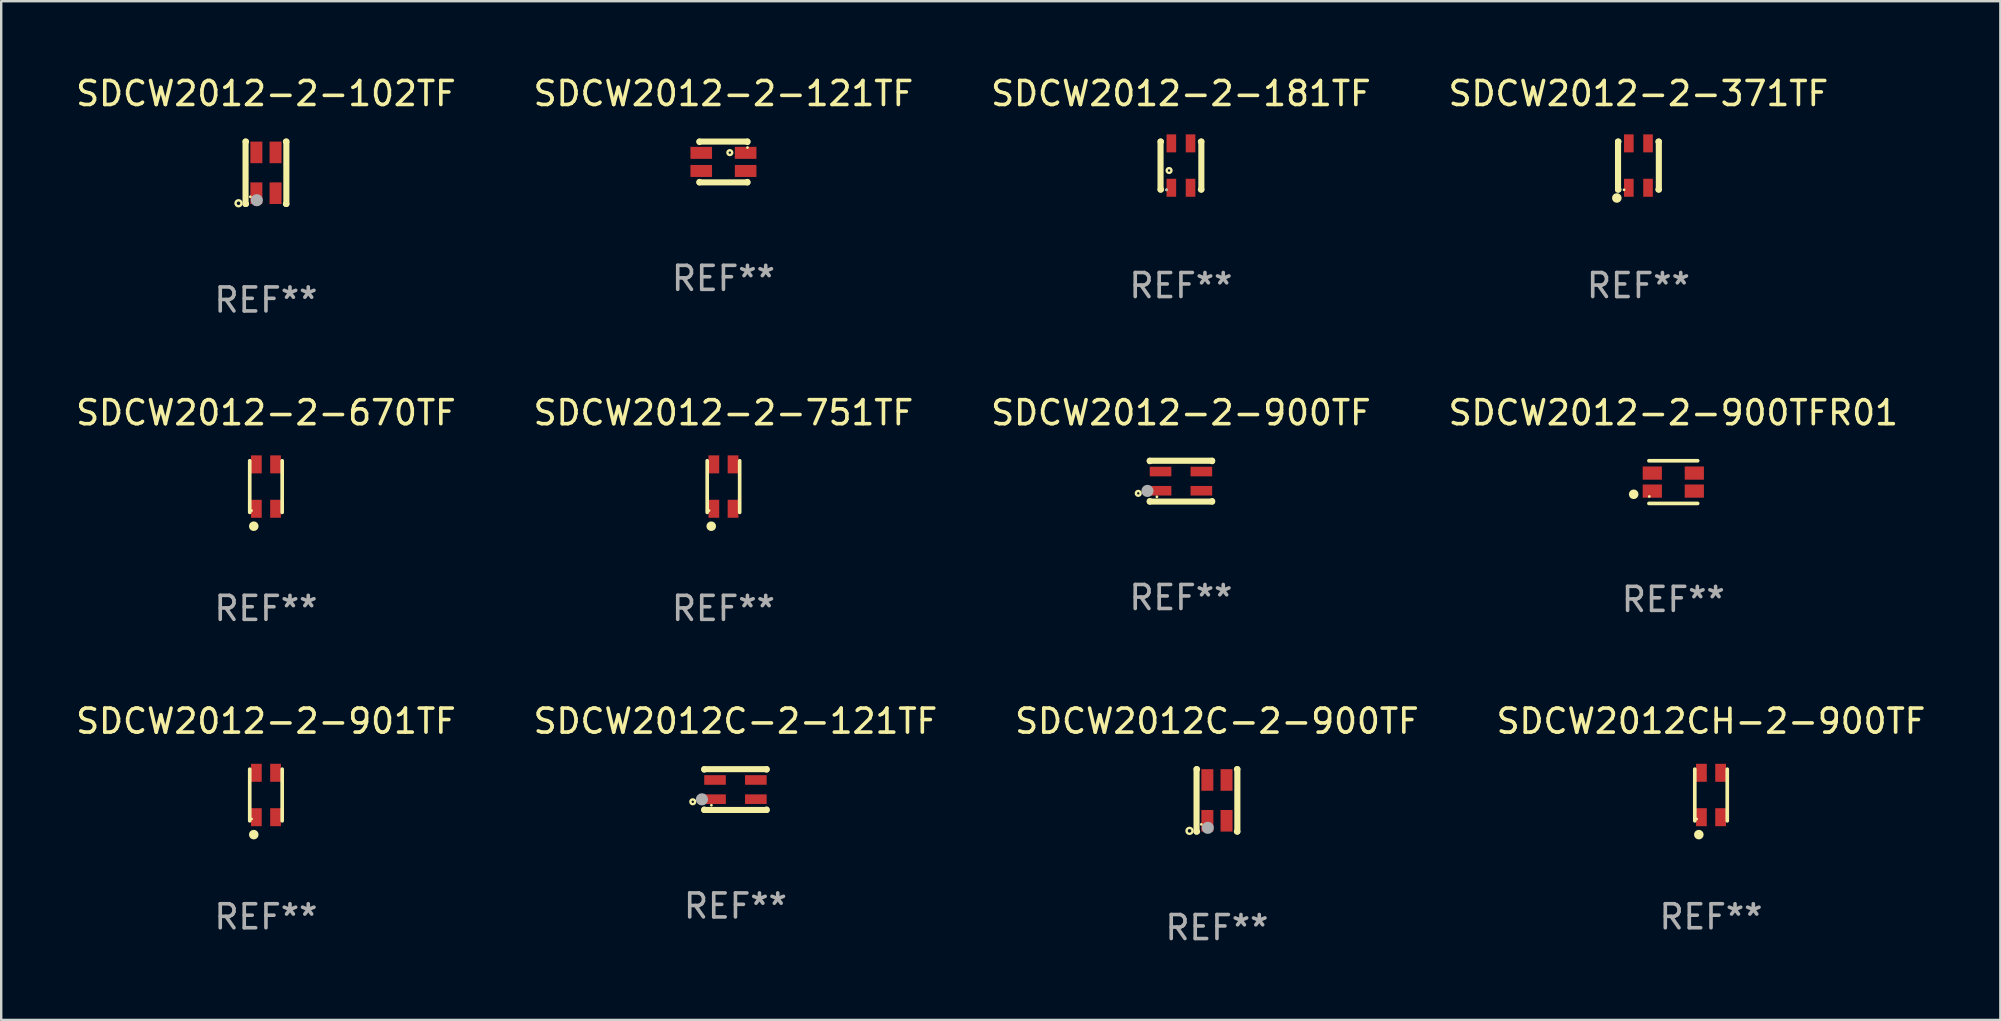
<source format=kicad_pcb>
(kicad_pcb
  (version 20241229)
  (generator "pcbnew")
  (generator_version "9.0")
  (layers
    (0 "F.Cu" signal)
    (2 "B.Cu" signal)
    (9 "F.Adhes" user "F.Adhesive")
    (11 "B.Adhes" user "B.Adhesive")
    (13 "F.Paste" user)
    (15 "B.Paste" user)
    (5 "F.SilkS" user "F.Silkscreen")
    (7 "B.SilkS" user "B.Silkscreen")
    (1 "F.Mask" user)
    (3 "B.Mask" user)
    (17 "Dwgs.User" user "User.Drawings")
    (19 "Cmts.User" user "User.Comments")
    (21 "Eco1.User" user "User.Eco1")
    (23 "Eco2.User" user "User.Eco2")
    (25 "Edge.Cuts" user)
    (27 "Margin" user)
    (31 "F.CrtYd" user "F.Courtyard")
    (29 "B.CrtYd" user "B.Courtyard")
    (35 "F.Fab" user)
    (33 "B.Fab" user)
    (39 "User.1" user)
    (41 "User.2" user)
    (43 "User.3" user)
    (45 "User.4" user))
  (footprint "SDCW2012-2-900TFR01"
    (layer "F.Cu")
    (at 66.661 17.034)
    (property "Reference" "SDCW2012-2-900TFR01" (at 0 -2.889 0) (layer "F.SilkS") (effects (font (size 1 1) (thickness 0.15))))
    (attr through_hole)
    (fp_line (start -1.016 0.889) (end 1.016 0.889) (stroke (width 0.152) (type solid)) (layer "F.SilkS"))
    (fp_line (start -1.016 -0.889) (end 1.016 -0.889) (stroke (width 0.152) (type solid)) (layer "F.SilkS"))
    (fp_circle (center -1.651 0.508) (end -1.551 0.508) (stroke (width 0.2) (type solid)) (fill no) (layer "F.SilkS"))
    (fp_circle (center -1 0.6) (end -0.97 0.6) (stroke (width 0.06) (type solid)) (fill no) (layer "F.SilkS"))
    (fp_text user "REF**" (at 0 4.889 0) (layer "F.Fab") (effects (font (size 1 1) (thickness 0.15))))
    (pad "1" smd rect (at -0.875 0.375 270) (size 0.55 0.8) (layers "F.Cu" "F.Mask" "F.Paste"))
    (pad "2" smd rect (at 0.875 0.375 270) (size 0.55 0.8) (layers "F.Cu" "F.Mask" "F.Paste"))
    (pad "3" smd rect (at 0.875 -0.375 270) (size 0.55 0.8) (layers "F.Cu" "F.Mask" "F.Paste"))
    (pad "4" smd rect (at -0.875 -0.375 270) (size 0.55 0.8) (layers "F.Cu" "F.Mask" "F.Paste")))
  (footprint "SDCW2012-2-751TF"
    (layer "F.Cu")
    (at 27.089 17.221)
    (property "Reference" "SDCW2012-2-751TF" (at 0 -3.076 0) (layer "F.SilkS") (effects (font (size 1 1) (thickness 0.15))))
    (attr through_hole)
    (fp_line (start -0.676 1.076) (end -0.676 -1.076) (stroke (width 0.152) (type solid)) (layer "F.SilkS"))
    (fp_line (start 0.676 1.076) (end 0.676 -1.076) (stroke (width 0.152) (type solid)) (layer "F.SilkS"))
    (fp_circle (center -0.6 1) (end -0.57 1) (stroke (width 0.06) (type solid)) (fill no) (layer "F.SilkS"))
    (fp_circle (center -0.508 1.651) (end -0.408 1.651) (stroke (width 0.2) (type solid)) (fill no) (layer "F.SilkS"))
    (fp_text user "REF**" (at 0 5.076 0) (layer "F.Fab") (effects (font (size 1 1) (thickness 0.15))))
    (pad "1" smd rect (at -0.4 0.925) (size 0.448 0.75) (layers "F.Cu" "F.Mask" "F.Paste"))
    (pad "2" smd rect (at 0.4 0.925) (size 0.448 0.75) (layers "F.Cu" "F.Mask" "F.Paste"))
    (pad "3" smd rect (at 0.4 -0.925) (size 0.448 0.75) (layers "F.Cu" "F.Mask" "F.Paste"))
    (pad "4" smd rect (at -0.4 -0.925) (size 0.448 0.75) (layers "F.Cu" "F.Mask" "F.Paste")))
  (footprint "SDCW2012C-2-121TF"
    (layer "F.Cu")
    (at 27.589 29.844)
    (property "Reference" "SDCW2012C-2-121TF" (at 0 -2.85 0) (layer "F.SilkS") (effects (font (size 1 1) (thickness 0.15))))
    (attr through_hole)
    (fp_line (start -1.3 -0.85) (end 1.3 -0.85) (stroke (width 0.254) (type solid)) (layer "F.SilkS"))
    (fp_line (start -1.3 -0.831) (end -1.3 -0.85) (stroke (width 0.254) (type solid)) (layer "F.SilkS"))
    (fp_line (start -1.3 0.85) (end -1.3 0.831) (stroke (width 0.254) (type solid)) (layer "F.SilkS"))
    (fp_line (start -1.3 0.85) (end 1.3 0.85) (stroke (width 0.254) (type solid)) (layer "F.SilkS"))
    (fp_line (start 1.3 -0.831) (end 1.3 -0.85) (stroke (width 0.254) (type solid)) (layer "F.SilkS"))
    (fp_line (start 1.3 0.85) (end 1.3 0.831) (stroke (width 0.254) (type solid)) (layer "F.SilkS"))
    (fp_circle (center -1.778 0.508) (end -1.678 0.508) (stroke (width 0.1) (type solid)) (fill no) (layer "F.SilkS"))
    (fp_circle (center -1.002 0.653) (end -0.972 0.653) (stroke (width 0.06) (type solid)) (fill no) (layer "F.SilkS"))
    (fp_circle (center -1.396 0.407) (end -1.269 0.407) (stroke (width 0.254) (type solid)) (fill no) (layer "F.Fab"))
    (fp_text user "REF**" (at 0 4.85 0) (layer "F.Fab") (effects (font (size 1 1) (thickness 0.15))))
    (pad "1" smd rect (at -0.85 0.4 90) (size 0.4 0.9) (layers "F.Cu" "F.Mask" "F.Paste"))
    (pad "2" smd rect (at 0.85 0.4 90) (size 0.4 0.9) (layers "F.Cu" "F.Mask" "F.Paste"))
    (pad "3" smd rect (at 0.85 -0.4 90) (size 0.4 0.9) (layers "F.Cu" "F.Mask" "F.Paste"))
    (pad "4" smd rect (at -0.85 -0.4 90) (size 0.4 0.9) (layers "F.Cu" "F.Mask" "F.Paste")))
  (footprint "SDCW2012C-2-900TF"
    (layer "F.Cu")
    (at 47.649 30.294)
    (property "Reference" "SDCW2012C-2-900TF" (at 0 -3.3 0) (layer "F.SilkS") (effects (font (size 1 1) (thickness 0.15))))
    (attr through_hole)
    (fp_line (start -0.85 1.3) (end -0.85 -1.3) (stroke (width 0.254) (type solid)) (layer "F.SilkS"))
    (fp_line (start -0.831 -1.3) (end -0.85 -1.3) (stroke (width 0.254) (type solid)) (layer "F.SilkS"))
    (fp_line (start -0.831 1.3) (end -0.85 1.3) (stroke (width 0.254) (type solid)) (layer "F.SilkS"))
    (fp_line (start 0.85 -1.3) (end 0.831 -1.3) (stroke (width 0.254) (type solid)) (layer "F.SilkS"))
    (fp_line (start 0.85 1.3) (end 0.831 1.3) (stroke (width 0.254) (type solid)) (layer "F.SilkS"))
    (fp_line (start 0.85 1.3) (end 0.85 -1.3) (stroke (width 0.254) (type solid)) (layer "F.SilkS"))
    (fp_circle (center -1.143 1.27) (end -1.018 1.27) (stroke (width 0.1) (type solid)) (fill no) (layer "F.SilkS"))
    (fp_circle (center -0.65 1) (end -0.62 1) (stroke (width 0.06) (type solid)) (fill no) (layer "F.SilkS"))
    (fp_circle (center -0.381 1.143) (end -0.254 1.143) (stroke (width 0.254) (type solid)) (fill no) (layer "F.Fab"))
    (fp_text user "REF**" (at 0 5.3 0) (layer "F.Fab") (effects (font (size 1 1) (thickness 0.15))))
    (pad "1" smd rect (at -0.4 0.85) (size 0.5 0.9) (layers "F.Cu" "F.Mask" "F.Paste"))
    (pad "2" smd rect (at -0.4 -0.85) (size 0.5 0.9) (layers "F.Cu" "F.Mask" "F.Paste"))
    (pad "3" smd rect (at 0.4 -0.85) (size 0.5 0.9) (layers "F.Cu" "F.Mask" "F.Paste"))
    (pad "4" smd rect (at 0.4 0.85) (size 0.5 0.9) (layers "F.Cu" "F.Mask" "F.Paste")))
  (footprint "SDCW2012-2-901TF"
    (layer "F.Cu")
    (at 8.03 30.07)
    (property "Reference" "SDCW2012-2-901TF" (at 0 -3.076 0) (layer "F.SilkS") (effects (font (size 1 1) (thickness 0.15))))
    (attr through_hole)
    (fp_line (start -0.676 1.076) (end -0.676 -1.076) (stroke (width 0.152) (type solid)) (layer "F.SilkS"))
    (fp_line (start 0.676 1.076) (end 0.676 -1.076) (stroke (width 0.152) (type solid)) (layer "F.SilkS"))
    (fp_circle (center -0.6 1) (end -0.57 1) (stroke (width 0.06) (type solid)) (fill no) (layer "F.SilkS"))
    (fp_circle (center -0.508 1.651) (end -0.408 1.651) (stroke (width 0.2) (type solid)) (fill no) (layer "F.SilkS"))
    (fp_text user "REF**" (at 0 5.076 0) (layer "F.Fab") (effects (font (size 1 1) (thickness 0.15))))
    (pad "1" smd rect (at -0.4 0.925) (size 0.448 0.75) (layers "F.Cu" "F.Mask" "F.Paste"))
    (pad "2" smd rect (at 0.4 0.925) (size 0.448 0.75) (layers "F.Cu" "F.Mask" "F.Paste"))
    (pad "3" smd rect (at 0.4 -0.925) (size 0.448 0.75) (layers "F.Cu" "F.Mask" "F.Paste"))
    (pad "4" smd rect (at -0.4 -0.925) (size 0.448 0.75) (layers "F.Cu" "F.Mask" "F.Paste")))
  (footprint "SDCW2012-2-181TF"
    (layer "F.Cu")
    (at 46.149 3.848)
    (property "Reference" "SDCW2012-2-181TF" (at 0 -3 0) (layer "F.SilkS") (effects (font (size 1 1) (thickness 0.15))))
    (attr through_hole)
    (fp_line (start -0.85 -1) (end -0.831 -1) (stroke (width 0.254) (type solid)) (layer "F.SilkS"))
    (fp_line (start -0.85 1) (end -0.85 -1) (stroke (width 0.254) (type solid)) (layer "F.SilkS"))
    (fp_line (start -0.85 1) (end -0.831 1) (stroke (width 0.254) (type solid)) (layer "F.SilkS"))
    (fp_line (start 0.831 -1) (end 0.85 -1) (stroke (width 0.254) (type solid)) (layer "F.SilkS"))
    (fp_line (start 0.831 1) (end 0.85 1) (stroke (width 0.254) (type solid)) (layer "F.SilkS"))
    (fp_line (start 0.85 1) (end 0.85 -1) (stroke (width 0.254) (type solid)) (layer "F.SilkS"))
    (fp_circle (center -0.6 1.01) (end -0.57 1.01) (stroke (width 0.06) (type solid)) (fill no) (layer "F.SilkS"))
    (fp_circle (center -0.495 0.205) (end -0.395 0.205) (stroke (width 0.1) (type solid)) (fill no) (layer "F.SilkS"))
    (fp_circle (center -0.6 1.01) (end -0.57 1.01) (stroke (width 0.06) (type solid)) (fill no) (layer "F.Fab"))
    (fp_text user "REF**" (at 0 5 0) (layer "F.Fab") (effects (font (size 1 1) (thickness 0.15))))
    (pad "1" smd rect (at -0.4 0.925 90) (size 0.75 0.4) (layers "F.Cu" "F.Mask" "F.Paste"))
    (pad "2" smd rect (at -0.4 -0.925 90) (size 0.75 0.4) (layers "F.Cu" "F.Mask" "F.Paste"))
    (pad "3" smd rect (at 0.4 -0.925 90) (size 0.75 0.4) (layers "F.Cu" "F.Mask" "F.Paste"))
    (pad "4" smd rect (at 0.4 0.925 90) (size 0.75 0.4) (layers "F.Cu" "F.Mask" "F.Paste")))
  (footprint "SDCW2012-2-102TF"
    (layer "F.Cu")
    (at 8.03 4.148)
    (property "Reference" "SDCW2012-2-102TF" (at 0 -3.3 0) (layer "F.SilkS") (effects (font (size 1 1) (thickness 0.15))))
    (attr through_hole)
    (fp_line (start -0.85 1.3) (end -0.85 -1.3) (stroke (width 0.254) (type solid)) (layer "F.SilkS"))
    (fp_line (start -0.831 -1.3) (end -0.85 -1.3) (stroke (width 0.254) (type solid)) (layer "F.SilkS"))
    (fp_line (start -0.831 1.3) (end -0.85 1.3) (stroke (width 0.254) (type solid)) (layer "F.SilkS"))
    (fp_line (start 0.85 -1.3) (end 0.831 -1.3) (stroke (width 0.254) (type solid)) (layer "F.SilkS"))
    (fp_line (start 0.85 1.3) (end 0.831 1.3) (stroke (width 0.254) (type solid)) (layer "F.SilkS"))
    (fp_line (start 0.85 1.3) (end 0.85 -1.3) (stroke (width 0.254) (type solid)) (layer "F.SilkS"))
    (fp_circle (center -1.143 1.27) (end -1.018 1.27) (stroke (width 0.1) (type solid)) (fill no) (layer "F.SilkS"))
    (fp_circle (center -0.65 1) (end -0.62 1) (stroke (width 0.06) (type solid)) (fill no) (layer "F.SilkS"))
    (fp_circle (center -0.381 1.143) (end -0.254 1.143) (stroke (width 0.254) (type solid)) (fill no) (layer "F.Fab"))
    (fp_text user "REF**" (at 0 5.3 0) (layer "F.Fab") (effects (font (size 1 1) (thickness 0.15))))
    (pad "1" smd rect (at -0.4 0.85) (size 0.5 0.9) (layers "F.Cu" "F.Mask" "F.Paste"))
    (pad "2" smd rect (at -0.4 -0.85) (size 0.5 0.9) (layers "F.Cu" "F.Mask" "F.Paste"))
    (pad "3" smd rect (at 0.4 -0.85) (size 0.5 0.9) (layers "F.Cu" "F.Mask" "F.Paste"))
    (pad "4" smd rect (at 0.4 0.85) (size 0.5 0.9) (layers "F.Cu" "F.Mask" "F.Paste")))
  (footprint "SDCW2012-2-670TF"
    (layer "F.Cu")
    (at 8.03 17.221)
    (property "Reference" "SDCW2012-2-670TF" (at 0 -3.076 0) (layer "F.SilkS") (effects (font (size 1 1) (thickness 0.15))))
    (attr through_hole)
    (fp_line (start -0.676 1.076) (end -0.676 -1.076) (stroke (width 0.152) (type solid)) (layer "F.SilkS"))
    (fp_line (start 0.676 1.076) (end 0.676 -1.076) (stroke (width 0.152) (type solid)) (layer "F.SilkS"))
    (fp_circle (center -0.6 1) (end -0.57 1) (stroke (width 0.06) (type solid)) (fill no) (layer "F.SilkS"))
    (fp_circle (center -0.508 1.651) (end -0.408 1.651) (stroke (width 0.2) (type solid)) (fill no) (layer "F.SilkS"))
    (fp_text user "REF**" (at 0 5.076 0) (layer "F.Fab") (effects (font (size 1 1) (thickness 0.15))))
    (pad "1" smd rect (at -0.4 0.925) (size 0.448 0.75) (layers "F.Cu" "F.Mask" "F.Paste"))
    (pad "2" smd rect (at 0.4 0.925) (size 0.448 0.75) (layers "F.Cu" "F.Mask" "F.Paste"))
    (pad "3" smd rect (at 0.4 -0.925) (size 0.448 0.75) (layers "F.Cu" "F.Mask" "F.Paste"))
    (pad "4" smd rect (at -0.4 -0.925) (size 0.448 0.75) (layers "F.Cu" "F.Mask" "F.Paste")))
  (footprint "SDCW2012-2-121TF"
    (layer "F.Cu")
    (at 27.089 3.698)
    (property "Reference" "SDCW2012-2-121TF" (at 0 -2.85 0) (layer "F.SilkS") (effects (font (size 1 1) (thickness 0.15))))
    (attr through_hole)
    (fp_line (start -1 -0.831) (end -1 -0.85) (stroke (width 0.254) (type solid)) (layer "F.SilkS"))
    (fp_line (start -1 0.85) (end -1 0.831) (stroke (width 0.254) (type solid)) (layer "F.SilkS"))
    (fp_line (start 1 -0.85) (end -1 -0.85) (stroke (width 0.254) (type solid)) (layer "F.SilkS"))
    (fp_line (start 1 -0.831) (end 1 -0.85) (stroke (width 0.254) (type solid)) (layer "F.SilkS"))
    (fp_line (start 1 0.85) (end -1 0.85) (stroke (width 0.254) (type solid)) (layer "F.SilkS"))
    (fp_line (start 1 0.85) (end 1 0.831) (stroke (width 0.254) (type solid)) (layer "F.SilkS"))
    (fp_circle (center 0.266 -0.389) (end 0.366 -0.389) (stroke (width 0.1) (type solid)) (fill no) (layer "F.SilkS"))
    (fp_circle (center 1.001 -0.6) (end 1.031 -0.6) (stroke (width 0.06) (type solid)) (fill no) (layer "F.SilkS"))
    (fp_text user "REF**" (at 0 4.85 0) (layer "F.Fab") (effects (font (size 1 1) (thickness 0.15))))
    (pad "1" smd rect (at 0.925 -0.38) (size 0.9 0.5) (layers "F.Cu" "F.Mask" "F.Paste"))
    (pad "2" smd rect (at -0.925 -0.38 180) (size 0.9 0.5) (layers "F.Cu" "F.Mask" "F.Paste"))
    (pad "3" smd rect (at -0.925 0.374) (size 0.9 0.5) (layers "F.Cu" "F.Mask" "F.Paste"))
    (pad "4" smd rect (at 0.925 0.374) (size 0.9 0.5) (layers "F.Cu" "F.Mask" "F.Paste")))
  (footprint "SDCW2012-2-900TF"
    (layer "F.Cu")
    (at 46.149 16.995)
    (property "Reference" "SDCW2012-2-900TF" (at 0 -2.85 0) (layer "F.SilkS") (effects (font (size 1 1) (thickness 0.15))))
    (attr through_hole)
    (fp_line (start -1.3 -0.85) (end 1.3 -0.85) (stroke (width 0.254) (type solid)) (layer "F.SilkS"))
    (fp_line (start -1.3 -0.831) (end -1.3 -0.85) (stroke (width 0.254) (type solid)) (layer "F.SilkS"))
    (fp_line (start -1.3 0.85) (end -1.3 0.831) (stroke (width 0.254) (type solid)) (layer "F.SilkS"))
    (fp_line (start -1.3 0.85) (end 1.3 0.85) (stroke (width 0.254) (type solid)) (layer "F.SilkS"))
    (fp_line (start 1.3 -0.831) (end 1.3 -0.85) (stroke (width 0.254) (type solid)) (layer "F.SilkS"))
    (fp_line (start 1.3 0.85) (end 1.3 0.831) (stroke (width 0.254) (type solid)) (layer "F.SilkS"))
    (fp_circle (center -1.778 0.508) (end -1.678 0.508) (stroke (width 0.1) (type solid)) (fill no) (layer "F.SilkS"))
    (fp_circle (center -1.002 0.653) (end -0.972 0.653) (stroke (width 0.06) (type solid)) (fill no) (layer "F.SilkS"))
    (fp_circle (center -1.396 0.407) (end -1.269 0.407) (stroke (width 0.254) (type solid)) (fill no) (layer "F.Fab"))
    (fp_text user "REF**" (at 0 4.85 0) (layer "F.Fab") (effects (font (size 1 1) (thickness 0.15))))
    (pad "1" smd rect (at -0.85 0.4 90) (size 0.4 0.9) (layers "F.Cu" "F.Mask" "F.Paste"))
    (pad "2" smd rect (at 0.85 0.4 90) (size 0.4 0.9) (layers "F.Cu" "F.Mask" "F.Paste"))
    (pad "3" smd rect (at 0.85 -0.4 90) (size 0.4 0.9) (layers "F.Cu" "F.Mask" "F.Paste"))
    (pad "4" smd rect (at -0.85 -0.4 90) (size 0.4 0.9) (layers "F.Cu" "F.Mask" "F.Paste")))
  (footprint "SDCW2012-2-371TF"
    (layer "F.Cu")
    (at 65.208 3.848)
    (property "Reference" "SDCW2012-2-371TF" (at 0 -3 0) (layer "F.SilkS") (effects (font (size 1 1) (thickness 0.15))))
    (attr through_hole)
    (fp_line (start -0.85 -1) (end -0.831 -1) (stroke (width 0.254) (type solid)) (layer "F.SilkS"))
    (fp_line (start -0.85 1) (end -0.85 -1) (stroke (width 0.254) (type solid)) (layer "F.SilkS"))
    (fp_line (start -0.85 1) (end -0.831 1) (stroke (width 0.254) (type solid)) (layer "F.SilkS"))
    (fp_line (start 0.831 -1) (end 0.85 -1) (stroke (width 0.254) (type solid)) (layer "F.SilkS"))
    (fp_line (start 0.831 1) (end 0.85 1) (stroke (width 0.254) (type solid)) (layer "F.SilkS"))
    (fp_line (start 0.85 1) (end 0.85 -1) (stroke (width 0.254) (type solid)) (layer "F.SilkS"))
    (fp_circle (center -0.9 1.35) (end -0.8 1.35) (stroke (width 0.2) (type solid)) (fill no) (layer "F.SilkS"))
    (fp_circle (center -0.6 1.01) (end -0.57 1.01) (stroke (width 0.06) (type solid)) (fill no) (layer "F.SilkS"))
    (fp_text user "REF**" (at 0 5 0) (layer "F.Fab") (effects (font (size 1 1) (thickness 0.15))))
    (pad "1" smd rect (at -0.4 0.925 90) (size 0.75 0.4) (layers "F.Cu" "F.Mask" "F.Paste"))
    (pad "2" smd rect (at -0.4 -0.925 90) (size 0.75 0.4) (layers "F.Cu" "F.Mask" "F.Paste"))
    (pad "3" smd rect (at 0.4 -0.925 90) (size 0.75 0.4) (layers "F.Cu" "F.Mask" "F.Paste"))
    (pad "4" smd rect (at 0.4 0.925 90) (size 0.75 0.4) (layers "F.Cu" "F.Mask" "F.Paste")))
  (footprint "SDCW2012CH-2-900TF"
    (layer "F.Cu")
    (at 68.232 30.07)
    (property "Reference" "SDCW2012CH-2-900TF" (at 0 -3.076 0) (layer "F.SilkS") (effects (font (size 1 1) (thickness 0.15))))
    (attr through_hole)
    (fp_line (start -0.676 1.076) (end -0.676 -1.076) (stroke (width 0.152) (type solid)) (layer "F.SilkS"))
    (fp_line (start 0.676 1.076) (end 0.676 -1.076) (stroke (width 0.152) (type solid)) (layer "F.SilkS"))
    (fp_circle (center -0.6 1) (end -0.57 1) (stroke (width 0.06) (type solid)) (fill no) (layer "F.SilkS"))
    (fp_circle (center -0.508 1.651) (end -0.408 1.651) (stroke (width 0.2) (type solid)) (fill no) (layer "F.SilkS"))
    (fp_text user "REF**" (at 0 5.076 0) (layer "F.Fab") (effects (font (size 1 1) (thickness 0.15))))
    (pad "1" smd rect (at -0.4 0.925) (size 0.448 0.75) (layers "F.Cu" "F.Mask" "F.Paste"))
    (pad "2" smd rect (at 0.4 0.925) (size 0.448 0.75) (layers "F.Cu" "F.Mask" "F.Paste"))
    (pad "3" smd rect (at 0.4 -0.925) (size 0.448 0.75) (layers "F.Cu" "F.Mask" "F.Paste"))
    (pad "4" smd rect (at -0.4 -0.925) (size 0.448 0.75) (layers "F.Cu" "F.Mask" "F.Paste")))
  (gr_rect
    (start -3 -3)
    (end 80.286 39.442)
    (stroke (width 0.1) (type default))
    (fill no)
    (layer "Edge.Cuts")))
</source>
